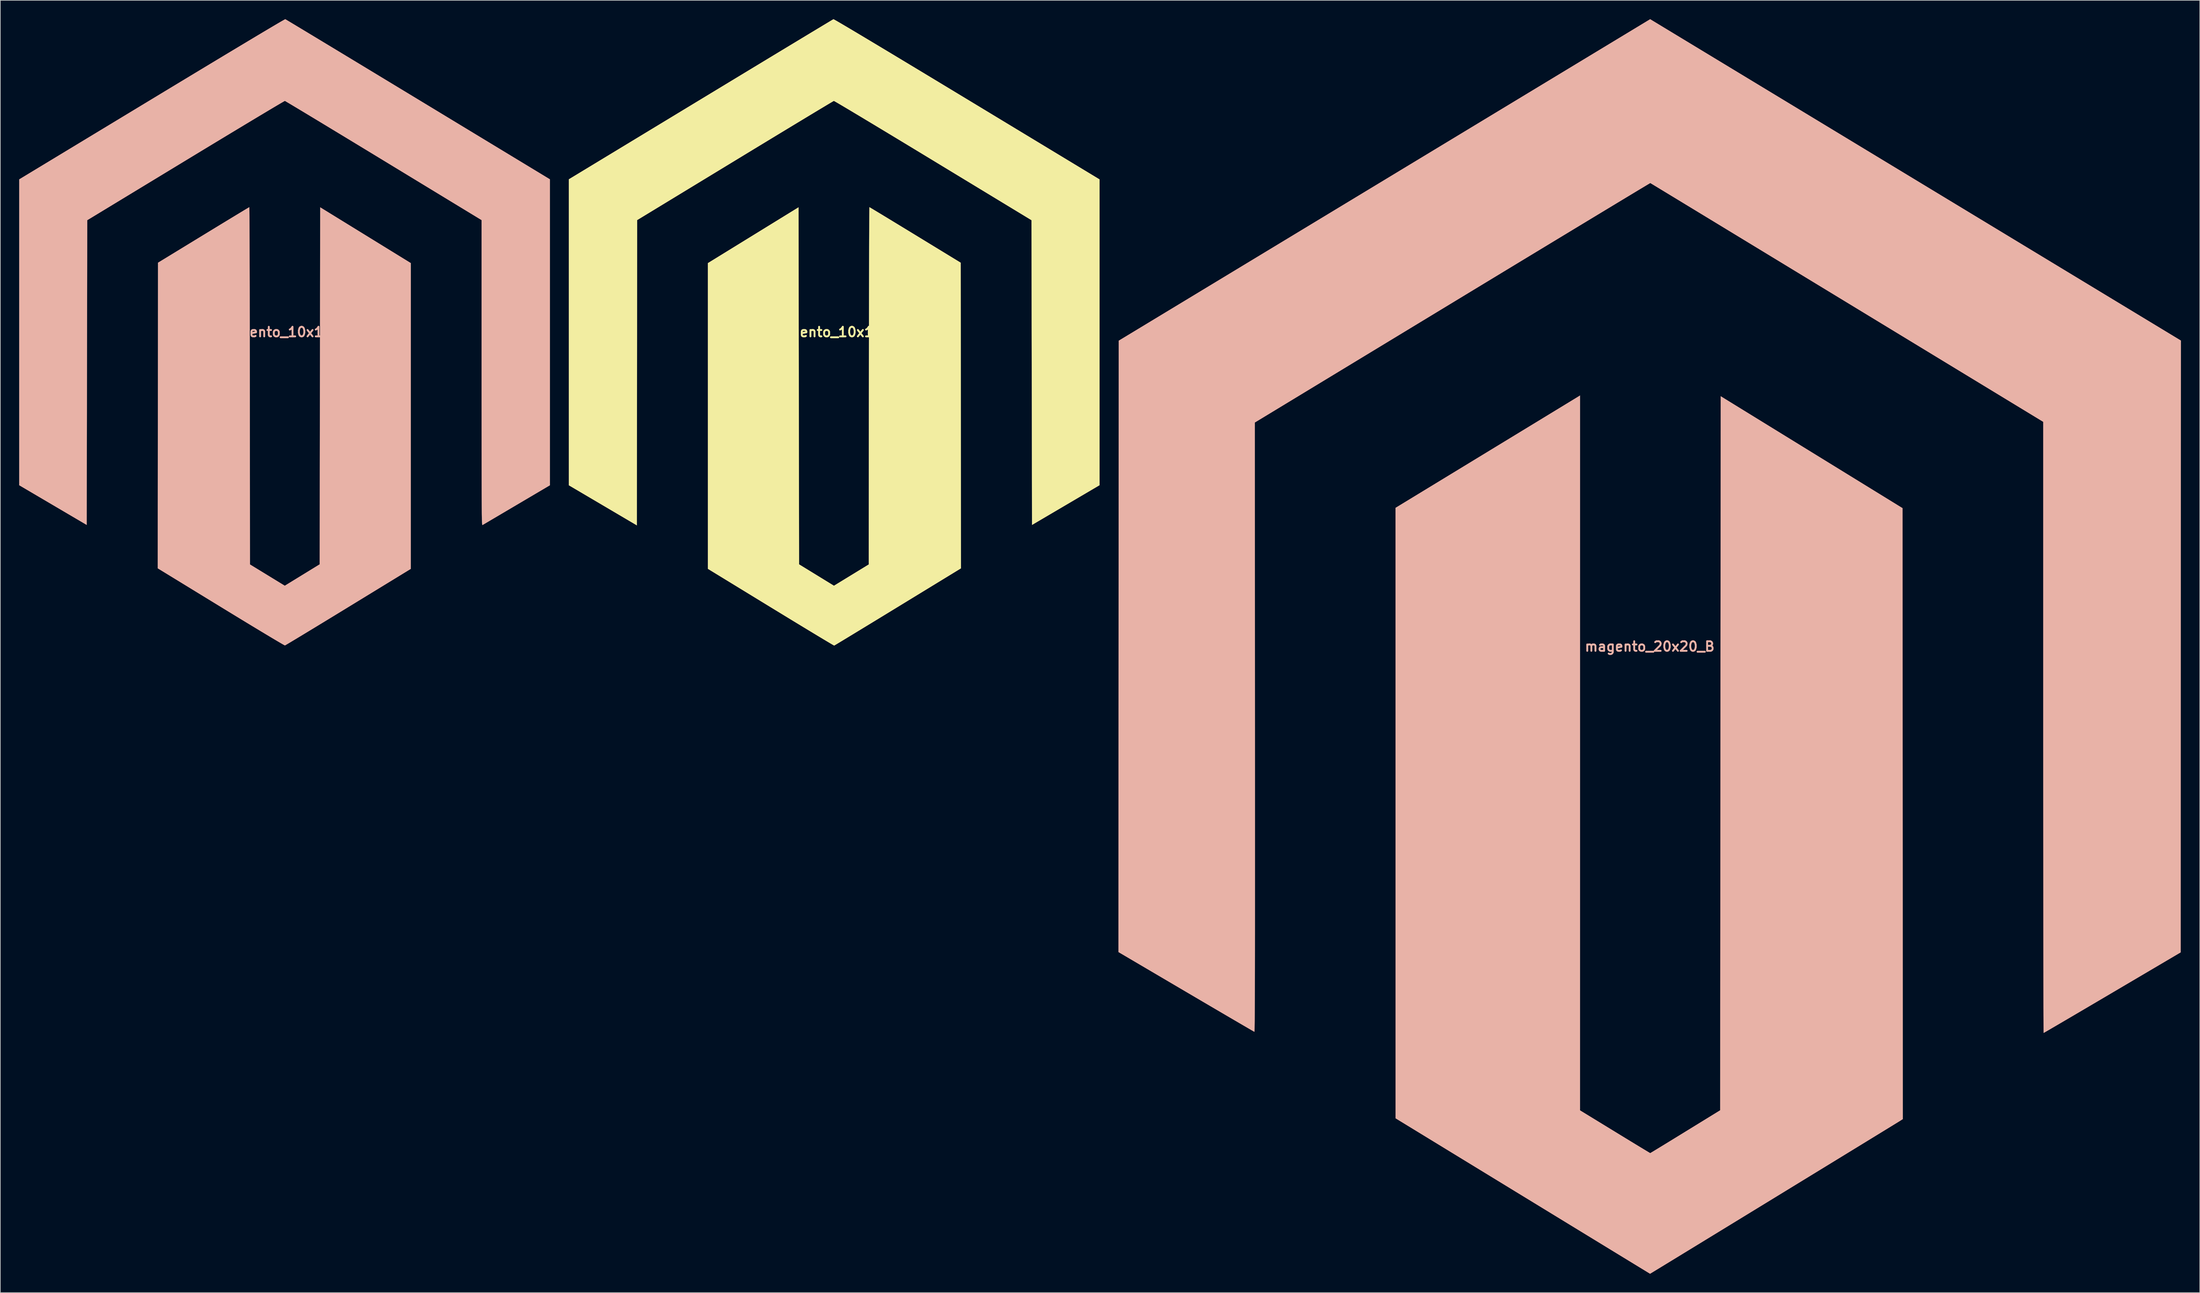
<source format=kicad_pcb>
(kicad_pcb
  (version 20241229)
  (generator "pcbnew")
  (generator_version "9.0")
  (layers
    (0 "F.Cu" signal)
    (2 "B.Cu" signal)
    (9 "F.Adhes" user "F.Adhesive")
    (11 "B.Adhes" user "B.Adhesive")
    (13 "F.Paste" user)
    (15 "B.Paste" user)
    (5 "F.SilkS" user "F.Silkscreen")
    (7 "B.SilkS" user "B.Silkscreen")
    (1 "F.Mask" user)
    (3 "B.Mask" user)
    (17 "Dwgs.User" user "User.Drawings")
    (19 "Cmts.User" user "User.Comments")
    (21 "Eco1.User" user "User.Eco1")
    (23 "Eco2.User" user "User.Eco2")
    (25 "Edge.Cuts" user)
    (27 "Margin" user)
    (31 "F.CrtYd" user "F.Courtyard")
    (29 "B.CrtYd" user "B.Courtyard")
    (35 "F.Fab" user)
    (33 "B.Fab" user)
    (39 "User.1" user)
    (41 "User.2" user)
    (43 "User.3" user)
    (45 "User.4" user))
  (footprint "magento_10x10_F"
    (layer "F.Cu")
    (at 129.719 49.832)
    (property "Reference" "magento_10x10_F" (at 0 0 0) (layer "F.SilkS") (effects (font (size 1.524 1.524) (thickness 0.3))))
    (attr through_hole)
    (fp_poly (pts (xy 5.731 -19.846) (xy 5.946 -19.719) (xy 6.285 -19.516) (xy 6.739 -19.243) (xy 7.299 -18.905) (xy 7.954 -18.508) (xy 8.695 -18.058) (xy 9.512 -17.561) (xy 10.396 -17.023) (xy 11.336 -16.451) (xy 12.323 -15.849) (xy 12.954 -15.464) (xy 20.193 -11.044) (xy 20.233 37.634) (xy 10.185 43.773) (xy 8.991 44.502) (xy 7.836 45.207) (xy 6.728 45.883) (xy 5.676 46.524) (xy 4.688 47.125) (xy 3.773 47.682) (xy 2.938 48.19) (xy 2.192 48.643) (xy 1.543 49.036) (xy 1 49.365) (xy 0.571 49.624) (xy 0.264 49.808) (xy 0.087 49.912) (xy 0.045 49.935) (xy -0.037 49.894) (xy -0.255 49.77) (xy -0.6 49.568) (xy -1.065 49.291) (xy -1.642 48.947) (xy -2.321 48.539) (xy -3.094 48.073) (xy -3.954 47.553) (xy -4.892 46.984) (xy -5.899 46.373) (xy -6.968 45.723) (xy -8.089 45.039) (xy -9.255 44.327) (xy -10.055 43.839) (xy -20.063 37.719) (xy -20.064 13.369) (xy -20.066 -10.982) (xy -12.848 -15.427) (xy -5.63 -19.872) (xy -5.588 8.56) (xy -5.546 36.993) (xy 0.006 40.4) (xy 2.776 38.705) (xy 5.546 37.01) (xy 5.567 8.557) (xy 5.569 6.372) (xy 5.571 4.232) (xy 5.573 2.142) (xy 5.576 0.107) (xy 5.579 -1.864) (xy 5.582 -3.767) (xy 5.586 -5.596) (xy 5.59 -7.343) (xy 5.594 -9.004) (xy 5.598 -10.571) (xy 5.602 -12.038) (xy 5.607 -13.4) (xy 5.611 -14.65) (xy 5.616 -15.782) (xy 5.621 -16.79) (xy 5.625 -17.668) (xy 5.63 -18.408) (xy 5.635 -19.007) (xy 5.64 -19.456) (xy 5.645 -19.75) (xy 5.65 -19.883) (xy 5.652 -19.89) (xy 5.731 -19.846)) (stroke (width 0.01) (type solid)) (fill yes) (layer "F.SilkS"))
    (fp_poly (pts (xy 0.01 -49.787) (xy 0.238 -49.662) (xy 0.605 -49.452) (xy 1.108 -49.158) (xy 1.745 -48.783) (xy 2.513 -48.329) (xy 3.408 -47.796) (xy 4.43 -47.186) (xy 5.573 -46.502) (xy 6.837 -45.744) (xy 8.218 -44.915) (xy 9.713 -44.016) (xy 11.319 -43.048) (xy 13.035 -42.014) (xy 14.856 -40.915) (xy 16.781 -39.752) (xy 18.806 -38.528) (xy 20.93 -37.243) (xy 21.176 -37.095) (xy 42.291 -24.317) (xy 42.291 24.398) (xy 36.915 27.562) (xy 31.538 30.725) (xy 31.454 -17.81) (xy 15.79 -27.318) (xy 14.294 -28.226) (xy 12.835 -29.11) (xy 11.421 -29.967) (xy 10.057 -30.792) (xy 8.751 -31.581) (xy 7.509 -32.33) (xy 6.338 -33.036) (xy 5.245 -33.693) (xy 4.235 -34.3) (xy 3.317 -34.85) (xy 2.496 -35.341) (xy 1.779 -35.768) (xy 1.174 -36.127) (xy 0.685 -36.415) (xy 0.321 -36.626) (xy 0.087 -36.759) (xy -0.009 -36.807) (xy -0.01 -36.807) (xy -0.095 -36.762) (xy -0.317 -36.633) (xy -0.671 -36.423) (xy -1.149 -36.138) (xy -1.745 -35.781) (xy -2.453 -35.355) (xy -3.265 -34.866) (xy -4.175 -34.317) (xy -5.176 -33.712) (xy -6.262 -33.056) (xy -7.426 -32.351) (xy -8.661 -31.603) (xy -9.96 -30.815) (xy -11.318 -29.991) (xy -12.727 -29.136) (xy -14.18 -28.253) (xy -15.671 -27.346) (xy -15.737 -27.306) (xy -31.326 -17.825) (xy -31.348 6.485) (xy -31.369 30.796) (xy -36.788 27.601) (xy -42.206 24.407) (xy -42.206 -24.33) (xy -21.209 -37.056) (xy -19.473 -38.107) (xy -17.775 -39.136) (xy -16.119 -40.139) (xy -14.512 -41.112) (xy -12.959 -42.052) (xy -11.466 -42.956) (xy -10.039 -43.82) (xy -8.683 -44.64) (xy -7.404 -45.413) (xy -6.209 -46.135) (xy -5.102 -46.804) (xy -4.089 -47.416) (xy -3.177 -47.966) (xy -2.37 -48.452) (xy -1.675 -48.871) (xy -1.098 -49.218) (xy -0.644 -49.491) (xy -0.318 -49.685) (xy -0.127 -49.798) (xy -0.076 -49.827) (xy 0.01 -49.787)) (stroke (width 0.01) (type solid)) (fill yes) (layer "F.SilkS")))
  (footprint "magento_20x20_B"
    (layer "F.Cu")
    (at 259.602 99.912)
    (property "Reference" "magento_20x20_B" (at 0 0 0) (layer "B.SilkS") (effects (font (size 1.524 1.524) (thickness 0.3))))
    (attr through_hole)
    (fp_poly (pts (xy -11.095 73.872) (xy -5.526 77.279) (xy -4.643 77.819) (xy -3.801 78.333) (xy -3.013 78.814) (xy -2.289 79.255) (xy -1.64 79.649) (xy -1.078 79.989) (xy -0.614 80.27) (xy -0.259 80.483) (xy -0.024 80.623) (xy 0.081 80.682) (xy 0.085 80.684) (xy 0.162 80.64) (xy 0.372 80.514) (xy 0.704 80.314) (xy 1.147 80.044) (xy 1.69 79.713) (xy 2.321 79.328) (xy 3.03 78.894) (xy 3.805 78.419) (xy 4.635 77.909) (xy 5.51 77.372) (xy 5.673 77.271) (xy 11.218 73.862) (xy 11.261 16.999) (xy 11.303 -39.863) (xy 40.259 -22.034) (xy 40.28 26.618) (xy 40.301 75.271) (xy 39.857 75.554) (xy 39.739 75.628) (xy 39.486 75.784) (xy 39.104 76.018) (xy 38.603 76.326) (xy 37.987 76.704) (xy 37.265 77.147) (xy 36.444 77.65) (xy 35.53 78.21) (xy 34.531 78.822) (xy 33.454 79.482) (xy 32.305 80.185) (xy 31.093 80.927) (xy 29.824 81.704) (xy 28.506 82.511) (xy 27.145 83.344) (xy 25.748 84.198) (xy 24.323 85.07) (xy 22.877 85.955) (xy 21.416 86.849) (xy 19.949 87.747) (xy 18.481 88.645) (xy 17.021 89.538) (xy 15.575 90.422) (xy 14.151 91.294) (xy 12.755 92.147) (xy 11.394 92.979) (xy 10.076 93.785) (xy 8.808 94.56) (xy 7.597 95.301) (xy 6.45 96.002) (xy 5.375 96.659) (xy 4.377 97.269) (xy 3.465 97.826) (xy 2.645 98.327) (xy 1.925 98.767) (xy 1.311 99.141) (xy 0.812 99.446) (xy 0.433 99.676) (xy 0.182 99.829) (xy 0.066 99.898) (xy 0.059 99.902) (xy -0.014 99.858) (xy -0.225 99.73) (xy -0.569 99.52) (xy -1.041 99.232) (xy -1.634 98.87) (xy -2.342 98.438) (xy -3.16 97.938) (xy -4.082 97.375) (xy -5.103 96.752) (xy -6.216 96.072) (xy -7.415 95.339) (xy -8.695 94.557) (xy -10.051 93.729) (xy -11.476 92.858) (xy -12.964 91.949) (xy -14.51 91.004) (xy -16.108 90.028) (xy -17.752 89.023) (xy -19.437 87.993) (xy -20.212 87.52) (xy -40.466 75.142) (xy -40.468 26.53) (xy -40.471 -22.082) (xy -25.971 -30.911) (xy -24.532 -31.788) (xy -23.129 -32.642) (xy -21.77 -33.469) (xy -20.463 -34.265) (xy -19.214 -35.026) (xy -18.03 -35.747) (xy -16.918 -36.425) (xy -15.886 -37.054) (xy -14.939 -37.631) (xy -14.085 -38.151) (xy -13.331 -38.611) (xy -12.684 -39.005) (xy -12.15 -39.331) (xy -11.738 -39.582) (xy -11.453 -39.756) (xy -11.303 -39.848) (xy -11.282 -39.861) (xy -11.091 -39.982) (xy -11.095 73.872)) (stroke (width 0.01) (type solid)) (fill yes) (layer "B.SilkS"))
    (fp_poly (pts (xy 42.325 -74.316) (xy 84.575 -48.726) (xy 84.557 -0.004) (xy 84.54 48.718) (xy 73.66 55.132) (xy 72.412 55.868) (xy 71.203 56.58) (xy 70.042 57.263) (xy 68.936 57.914) (xy 67.895 58.526) (xy 66.925 59.096) (xy 66.035 59.618) (xy 65.233 60.088) (xy 64.527 60.501) (xy 63.926 60.852) (xy 63.436 61.138) (xy 63.067 61.352) (xy 62.826 61.49) (xy 62.721 61.548) (xy 62.717 61.55) (xy 62.713 61.466) (xy 62.709 61.218) (xy 62.706 60.809) (xy 62.702 60.246) (xy 62.699 59.532) (xy 62.695 58.673) (xy 62.692 57.672) (xy 62.689 56.536) (xy 62.686 55.268) (xy 62.683 53.873) (xy 62.68 52.356) (xy 62.677 50.721) (xy 62.674 48.974) (xy 62.672 47.12) (xy 62.669 45.162) (xy 62.667 43.105) (xy 62.665 40.955) (xy 62.663 38.716) (xy 62.661 36.393) (xy 62.66 33.99) (xy 62.658 31.513) (xy 62.657 28.965) (xy 62.656 26.352) (xy 62.655 23.678) (xy 62.654 20.949) (xy 62.654 18.169) (xy 62.653 15.342) (xy 62.653 12.888) (xy 62.653 -35.776) (xy 31.401 -54.782) (xy 29.282 -56.07) (xy 27.2 -57.336) (xy 25.159 -58.577) (xy 23.164 -59.79) (xy 21.219 -60.973) (xy 19.33 -62.121) (xy 17.501 -63.234) (xy 15.736 -64.306) (xy 14.041 -65.337) (xy 12.419 -66.323) (xy 10.876 -67.261) (xy 9.417 -68.148) (xy 8.045 -68.981) (xy 6.766 -69.759) (xy 5.584 -70.477) (xy 4.505 -71.133) (xy 3.531 -71.724) (xy 2.67 -72.247) (xy 1.924 -72.7) (xy 1.299 -73.08) (xy 0.799 -73.383) (xy 0.429 -73.607) (xy 0.194 -73.749) (xy 0.098 -73.807) (xy 0.096 -73.808) (xy 0.02 -73.766) (xy -0.195 -73.639) (xy -0.546 -73.43) (xy -1.027 -73.141) (xy -1.635 -72.776) (xy -2.364 -72.337) (xy -3.21 -71.827) (xy -4.168 -71.249) (xy -5.234 -70.605) (xy -6.402 -69.899) (xy -7.669 -69.133) (xy -9.029 -68.311) (xy -10.478 -67.434) (xy -12.011 -66.507) (xy -13.623 -65.53) (xy -15.311 -64.509) (xy -17.068 -63.444) (xy -18.892 -62.339) (xy -20.776 -61.198) (xy -22.716 -60.022) (xy -24.708 -58.814) (xy -26.747 -57.578) (xy -28.828 -56.316) (xy -30.947 -55.031) (xy -31.411 -54.749) (xy -62.865 -35.669) (xy -62.847 12.863) (xy -62.846 16.387) (xy -62.845 19.747) (xy -62.844 22.944) (xy -62.844 25.982) (xy -62.843 28.866) (xy -62.843 31.598) (xy -62.843 34.183) (xy -62.843 36.623) (xy -62.844 38.923) (xy -62.844 41.086) (xy -62.845 43.116) (xy -62.846 45.017) (xy -62.848 46.791) (xy -62.849 48.443) (xy -62.851 49.976) (xy -62.853 51.394) (xy -62.856 52.7) (xy -62.859 53.898) (xy -62.862 54.992) (xy -62.865 55.985) (xy -62.869 56.881) (xy -62.873 57.683) (xy -62.877 58.396) (xy -62.882 59.022) (xy -62.887 59.565) (xy -62.892 60.029) (xy -62.898 60.418) (xy -62.904 60.734) (xy -62.911 60.983) (xy -62.917 61.167) (xy -62.925 61.289) (xy -62.932 61.354) (xy -62.938 61.368) (xy -63.022 61.322) (xy -63.244 61.196) (xy -63.596 60.993) (xy -64.069 60.718) (xy -64.655 60.377) (xy -65.347 59.973) (xy -66.136 59.512) (xy -67.013 58.999) (xy -67.971 58.437) (xy -69.002 57.833) (xy -70.097 57.19) (xy -71.248 56.514) (xy -72.448 55.808) (xy -73.687 55.079) (xy -73.814 55.005) (xy -84.582 48.668) (xy -84.561 -0.018) (xy -84.54 -48.704) (xy -42.233 -74.305) (xy 0.074 -99.907) (xy 42.325 -74.316)) (stroke (width 0.01) (type solid)) (fill yes) (layer "B.SilkS")))
  (footprint "magento_10x10_B"
    (layer "F.Cu")
    (at 42.211 49.832)
    (property "Reference" "magento_10x10_B" (at 0 0 0) (layer "B.SilkS") (effects (font (size 1.524 1.524) (thickness 0.3))))
    (attr through_hole)
    (fp_poly (pts (xy -5.562 -19.807) (xy -5.557 -19.561) (xy -5.552 -19.157) (xy -5.547 -18.603) (xy -5.542 -17.905) (xy -5.537 -17.068) (xy -5.533 -16.098) (xy -5.528 -15.003) (xy -5.523 -13.788) (xy -5.519 -12.459) (xy -5.514 -11.022) (xy -5.51 -9.484) (xy -5.506 -7.851) (xy -5.502 -6.13) (xy -5.499 -4.325) (xy -5.495 -2.443) (xy -5.492 -0.492) (xy -5.49 1.524) (xy -5.487 3.599) (xy -5.485 5.724) (xy -5.483 7.896) (xy -5.482 8.557) (xy -5.461 37.01) (xy -2.691 38.705) (xy 0.079 40.4) (xy 5.63 36.993) (xy 5.673 8.56) (xy 5.715 -19.872) (xy 12.933 -15.427) (xy 20.151 -10.982) (xy 20.149 13.369) (xy 20.147 37.719) (xy 10.2 43.802) (xy 9.011 44.529) (xy 7.861 45.231) (xy 6.757 45.904) (xy 5.709 46.542) (xy 4.724 47.141) (xy 3.811 47.694) (xy 2.979 48.199) (xy 2.235 48.648) (xy 1.589 49.037) (xy 1.048 49.362) (xy 0.621 49.616) (xy 0.317 49.795) (xy 0.143 49.894) (xy 0.105 49.913) (xy 0.016 49.873) (xy -0.209 49.749) (xy -0.562 49.545) (xy -1.036 49.268) (xy -1.622 48.921) (xy -2.313 48.509) (xy -3.1 48.037) (xy -3.975 47.51) (xy -4.93 46.933) (xy -5.958 46.31) (xy -7.05 45.646) (xy -8.199 44.946) (xy -9.396 44.215) (xy -10.095 43.787) (xy -20.148 37.634) (xy -20.128 13.295) (xy -20.108 -11.044) (xy -12.869 -15.464) (xy -11.859 -16.08) (xy -10.888 -16.672) (xy -9.969 -17.232) (xy -9.109 -17.755) (xy -8.32 -18.234) (xy -7.61 -18.665) (xy -6.99 -19.04) (xy -6.469 -19.355) (xy -6.057 -19.602) (xy -5.764 -19.777) (xy -5.6 -19.873) (xy -5.567 -19.89) (xy -5.562 -19.807)) (stroke (width 0.01) (type solid)) (fill yes) (layer "B.SilkS"))
    (fp_poly (pts (xy 0.243 -49.779) (xy 0.465 -49.648) (xy 0.82 -49.436) (xy 1.303 -49.146) (xy 1.907 -48.782) (xy 2.628 -48.348) (xy 3.459 -47.847) (xy 4.395 -47.282) (xy 5.429 -46.658) (xy 6.557 -45.976) (xy 7.772 -45.242) (xy 9.068 -44.458) (xy 10.441 -43.628) (xy 11.883 -42.755) (xy 13.39 -41.843) (xy 14.956 -40.895) (xy 16.575 -39.914) (xy 18.241 -38.905) (xy 19.948 -37.871) (xy 21.294 -37.056) (xy 42.291 -24.33) (xy 42.291 24.408) (xy 36.999 27.532) (xy 36.131 28.044) (xy 35.303 28.533) (xy 34.527 28.991) (xy 33.815 29.411) (xy 33.179 29.786) (xy 32.631 30.109) (xy 32.183 30.373) (xy 31.847 30.571) (xy 31.635 30.696) (xy 31.559 30.74) (xy 31.545 30.743) (xy 31.531 30.73) (xy 31.519 30.697) (xy 31.507 30.636) (xy 31.496 30.543) (xy 31.486 30.411) (xy 31.477 30.236) (xy 31.468 30.01) (xy 31.461 29.73) (xy 31.454 29.388) (xy 31.447 28.979) (xy 31.442 28.497) (xy 31.437 27.937) (xy 31.432 27.293) (xy 31.428 26.559) (xy 31.425 25.73) (xy 31.422 24.799) (xy 31.42 23.762) (xy 31.418 22.611) (xy 31.416 21.343) (xy 31.415 19.95) (xy 31.413 18.427) (xy 31.413 16.769) (xy 31.412 14.969) (xy 31.412 13.022) (xy 31.411 10.923) (xy 31.411 8.665) (xy 31.411 6.5) (xy 31.411 -17.825) (xy 15.822 -27.306) (xy 14.329 -28.214) (xy 12.874 -29.098) (xy 11.463 -29.955) (xy 10.103 -30.78) (xy 8.801 -31.569) (xy 7.563 -32.319) (xy 6.396 -33.026) (xy 5.307 -33.685) (xy 4.301 -34.292) (xy 3.387 -34.844) (xy 2.571 -35.335) (xy 1.859 -35.763) (xy 1.257 -36.124) (xy 0.774 -36.412) (xy 0.414 -36.625) (xy 0.186 -36.758) (xy 0.096 -36.807) (xy 0.095 -36.807) (xy 0.01 -36.766) (xy -0.212 -36.64) (xy -0.566 -36.435) (xy -1.044 -36.153) (xy -1.641 -35.8) (xy -2.349 -35.378) (xy -3.161 -34.892) (xy -4.072 -34.347) (xy -5.074 -33.745) (xy -6.161 -33.091) (xy -7.326 -32.389) (xy -8.562 -31.644) (xy -9.863 -30.858) (xy -11.222 -30.036) (xy -12.633 -29.182) (xy -14.088 -28.299) (xy -15.582 -27.393) (xy -15.706 -27.318) (xy -31.369 -17.81) (xy -31.411 6.458) (xy -31.454 30.725) (xy -36.83 27.562) (xy -42.206 24.398) (xy -42.206 -24.317) (xy -21.091 -37.095) (xy -18.957 -38.386) (xy -16.92 -39.617) (xy -14.984 -40.786) (xy -13.15 -41.893) (xy -11.423 -42.935) (xy -9.804 -43.91) (xy -8.296 -44.817) (xy -6.902 -45.654) (xy -5.625 -46.42) (xy -4.468 -47.113) (xy -3.433 -47.731) (xy -2.523 -48.272) (xy -1.74 -48.736) (xy -1.089 -49.12) (xy -0.57 -49.423) (xy -0.188 -49.642) (xy 0.056 -49.778) (xy 0.158 -49.827) (xy 0.16 -49.827) (xy 0.243 -49.779)) (stroke (width 0.01) (type solid)) (fill yes) (layer "B.SilkS")))
  (gr_rect
    (start -3 -3)
    (end 347.182 202.819)
    (stroke (width 0.1) (type default))
    (fill no)
    (layer "Edge.Cuts")))
</source>
